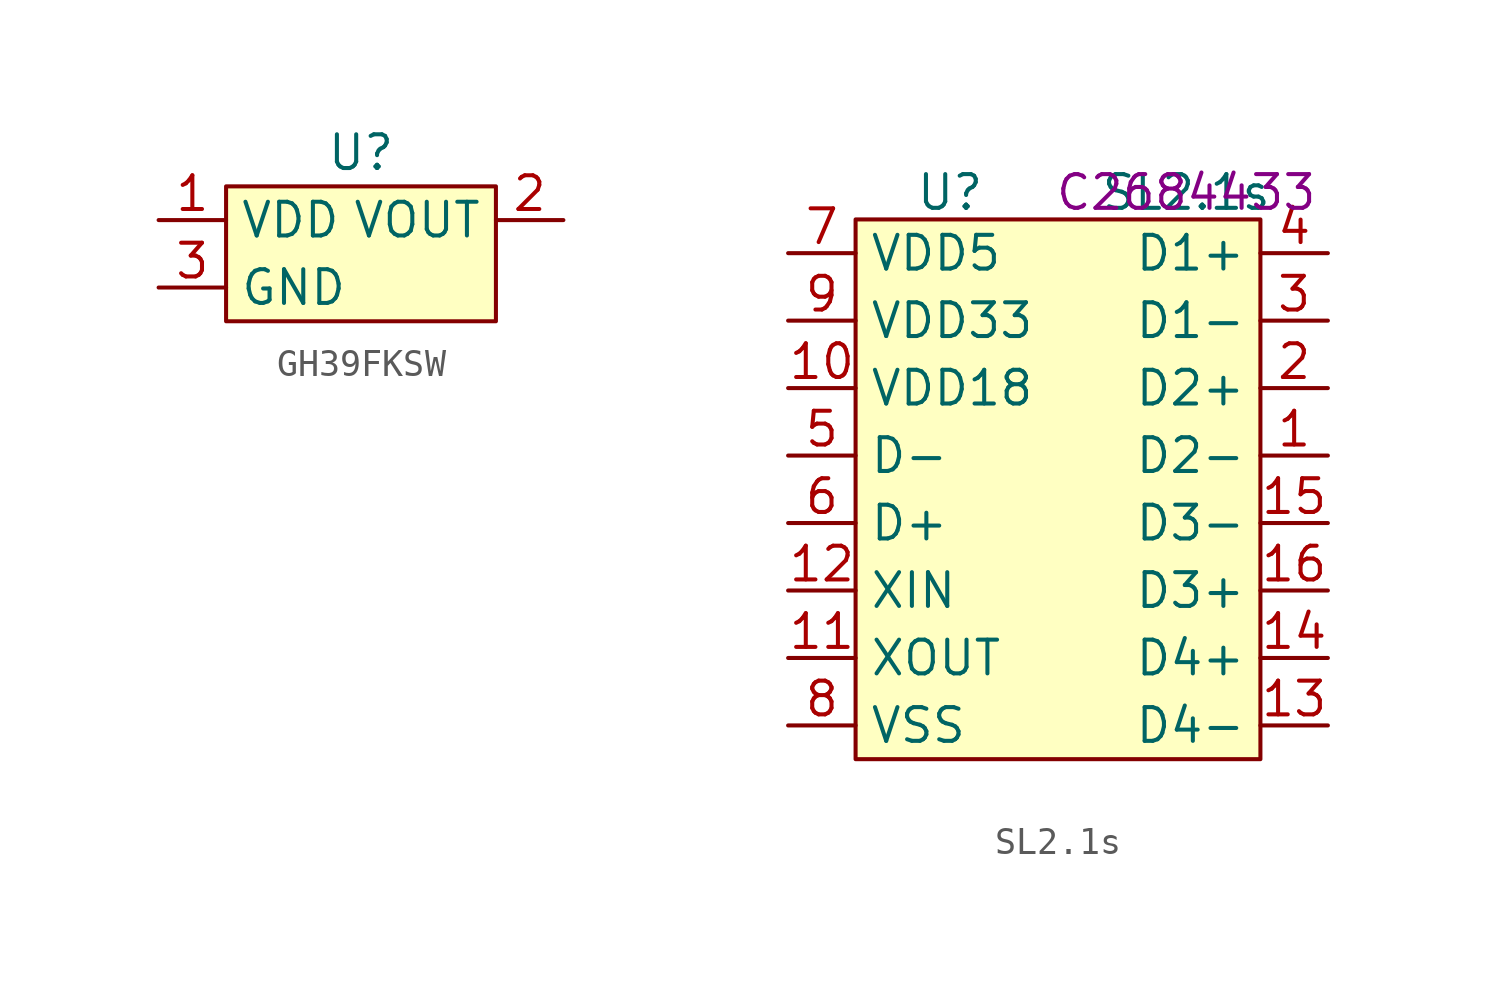
<source format=kicad_sym>
(kicad_symbol_lib
  (version 20231120)
  (generator "kicad_symbol_editor")
  (generator_version "8.0")
  (symbol "GH39FKSW"
    (property "Reference" "U"
      (at 0 3.81 0)
      (effects (font (size 1.27 1.27))))
    (property "Value" ""
      (at 0 0 0)
      (effects (font (size 1.27 1.27))))
    (symbol "GH39FKSW_1_1"
      (rectangle (start -5.08 2.54) (end 5.08 -2.54) (stroke (width 0) (type default)) (fill (type background)))
      (pin power_in line (at -7.62 1.27 0) (length 2.54) (name "VDD" (effects (font (size 1.27 1.27)))) (number "1" (effects (font (size 1.27 1.27)))))
      (pin output line (at 7.62 1.27 180) (length 2.54) (name "VOUT" (effects (font (size 1.27 1.27)))) (number "2" (effects (font (size 1.27 1.27)))))
      (pin power_in line (at -7.62 -1.27 0) (length 2.54) (name "GND" (effects (font (size 1.27 1.27)))) (number "3" (effects (font (size 1.27 1.27)))))))
  (symbol "SL2.1s"
    (property "Reference" "U"
      (at -4.064 11.176 0)
      (effects (font (size 1.27 1.27))))
    (property "Value" "SL2.1s"
      (at 4.826 11.176 0)
      (effects (font (size 1.27 1.27))))
    (property "MPN" "C2684433"
      (at 4.826 11.176 0)
      (effects (font (size 1.27 1.27))))
    (symbol "SL2.1s_1_1"
      (rectangle (start -7.62 10.16) (end 7.62 -10.16) (stroke (width 0) (type default)) (fill (type background)))
      (pin bidirectional line (at 10.16 1.27 180) (length 2.54) (name "D2-" (effects (font (size 1.27 1.27)))) (number "1" (effects (font (size 1.27 1.27)))))
      (pin power_in line (at -10.16 3.81 0) (length 2.54) (name "VDD18" (effects (font (size 1.27 1.27)))) (number "10" (effects (font (size 1.27 1.27)))))
      (pin passive line (at -10.16 -6.35 0) (length 2.54) (name "XOUT" (effects (font (size 1.27 1.27)))) (number "11" (effects (font (size 1.27 1.27)))))
      (pin passive line (at -10.16 -3.81 0) (length 2.54) (name "XIN" (effects (font (size 1.27 1.27)))) (number "12" (effects (font (size 1.27 1.27)))))
      (pin bidirectional line (at 10.16 -8.89 180) (length 2.54) (name "D4-" (effects (font (size 1.27 1.27)))) (number "13" (effects (font (size 1.27 1.27)))))
      (pin bidirectional line (at 10.16 -6.35 180) (length 2.54) (name "D4+" (effects (font (size 1.27 1.27)))) (number "14" (effects (font (size 1.27 1.27)))))
      (pin bidirectional line (at 10.16 -1.27 180) (length 2.54) (name "D3-" (effects (font (size 1.27 1.27)))) (number "15" (effects (font (size 1.27 1.27)))))
      (pin bidirectional line (at 10.16 -3.81 180) (length 2.54) (name "D3+" (effects (font (size 1.27 1.27)))) (number "16" (effects (font (size 1.27 1.27)))))
      (pin bidirectional line (at 10.16 3.81 180) (length 2.54) (name "D2+" (effects (font (size 1.27 1.27)))) (number "2" (effects (font (size 1.27 1.27)))))
      (pin bidirectional line (at 10.16 6.35 180) (length 2.54) (name "D1-" (effects (font (size 1.27 1.27)))) (number "3" (effects (font (size 1.27 1.27)))))
      (pin bidirectional line (at 10.16 8.89 180) (length 2.54) (name "D1+" (effects (font (size 1.27 1.27)))) (number "4" (effects (font (size 1.27 1.27)))))
      (pin bidirectional line (at -10.16 1.27 0) (length 2.54) (name "D-" (effects (font (size 1.27 1.27)))) (number "5" (effects (font (size 1.27 1.27)))))
      (pin bidirectional line (at -10.16 -1.27 0) (length 2.54) (name "D+" (effects (font (size 1.27 1.27)))) (number "6" (effects (font (size 1.27 1.27)))))
      (pin power_in line (at -10.16 8.89 0) (length 2.54) (name "VDD5" (effects (font (size 1.27 1.27)))) (number "7" (effects (font (size 1.27 1.27)))))
      (pin power_in line (at -10.16 -8.89 0) (length 2.54) (name "VSS" (effects (font (size 1.27 1.27)))) (number "8" (effects (font (size 1.27 1.27)))))
      (pin power_in line (at -10.16 6.35 0) (length 2.54) (name "VDD33" (effects (font (size 1.27 1.27)))) (number "9" (effects (font (size 1.27 1.27))))))))
</source>
